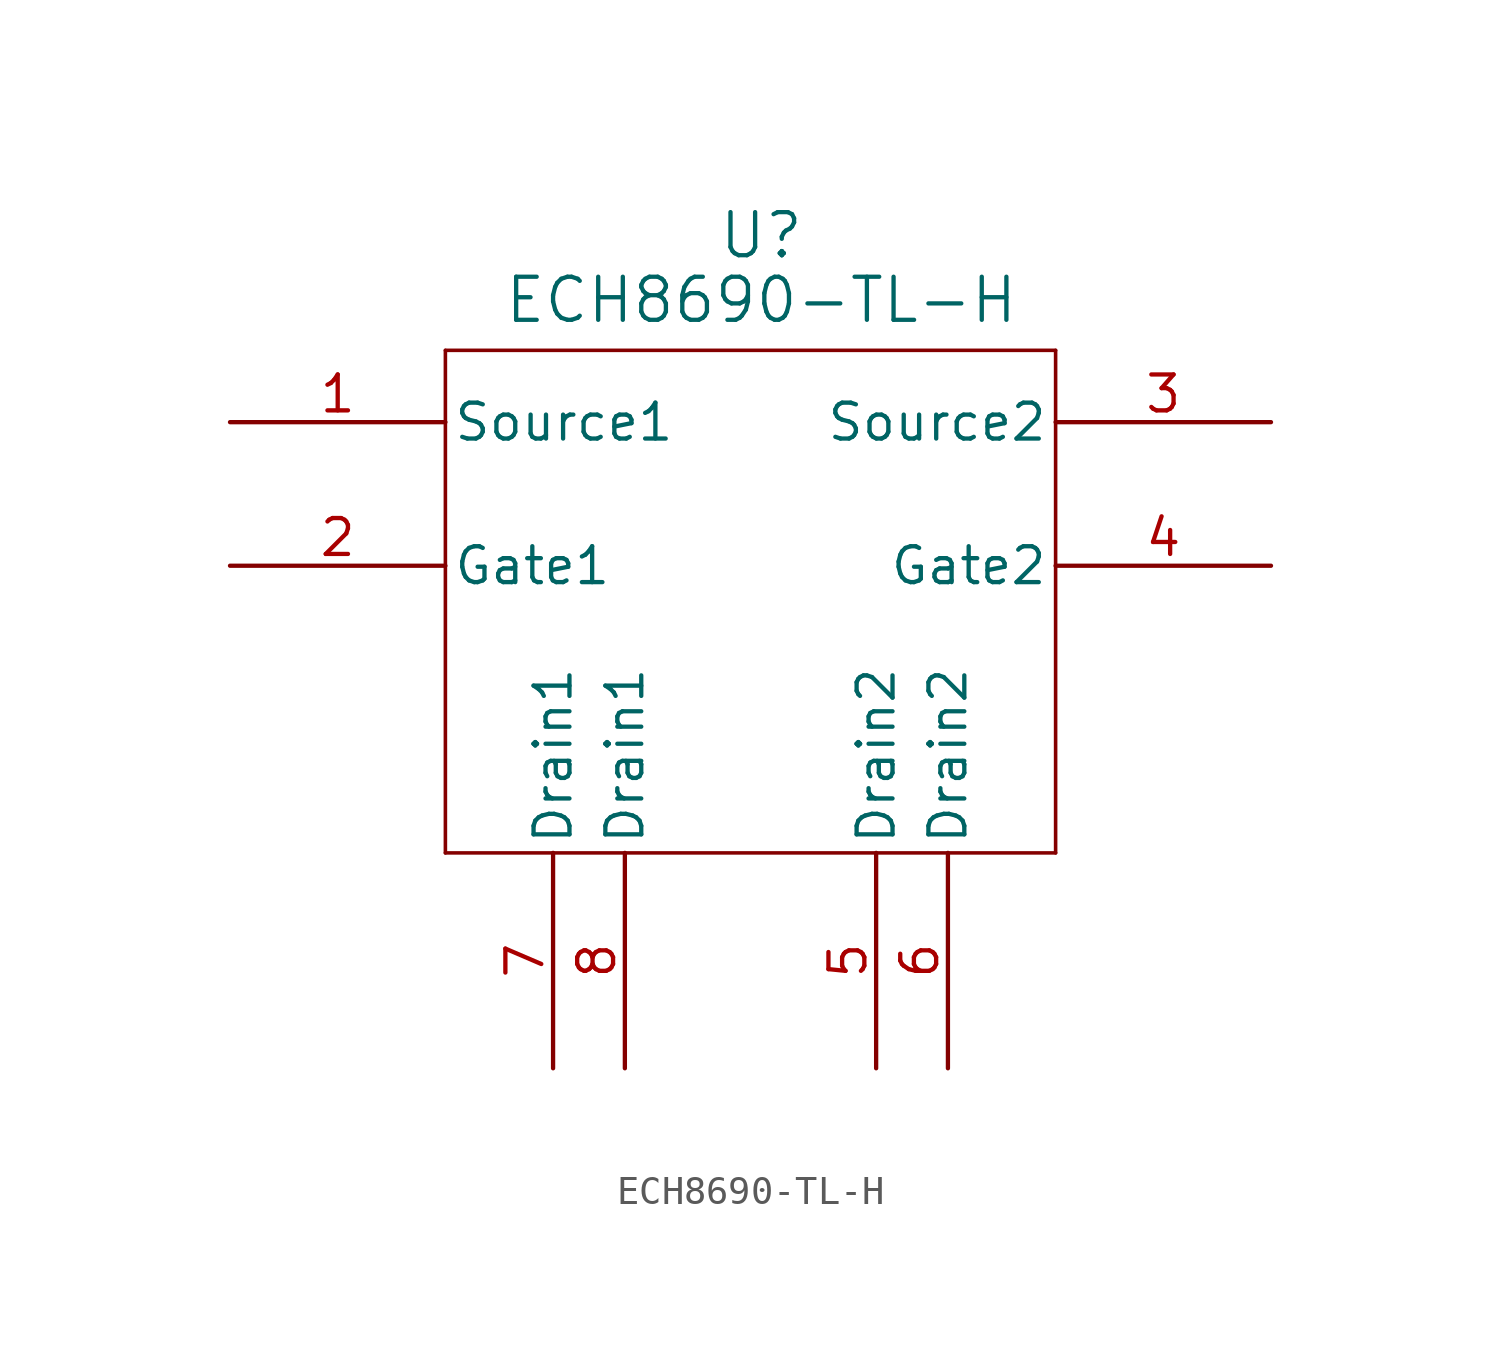
<source format=kicad_sym>
(kicad_symbol_lib
  (version 20241209)
  (generator "kicad_symbol_editor")
  (generator_version "9.0")
  (symbol "ECH8690-TL-H"
    (pin_names
      (offset 0.254))
    (property "Reference" "U"
      (at 32.766 9.144 0)
      (effects (font (size 1.524 1.524))))
    (property "Value" "ECH8690-TL-H"
      (at 32.766 6.858 0)
      (effects (font (size 1.524 1.524))))
    (property "ki_locked" ""
      (at 0 0 0)
      (effects (font (size 1.27 1.27))))
    (symbol "ECH8690-TL-H_0_1"
      (polyline (pts (xy 21.59 5.08) (xy 21.59 -12.7)) (stroke (width 0.127) (type default)) (fill (type none)))
      (polyline (pts (xy 21.59 -12.7) (xy 43.18 -12.7)) (stroke (width 0.127) (type default)) (fill (type none)))
      (polyline (pts (xy 43.18 5.08) (xy 21.59 5.08)) (stroke (width 0.127) (type default)) (fill (type none)))
      (polyline (pts (xy 43.18 -12.7) (xy 43.18 5.08)) (stroke (width 0.127) (type default)) (fill (type none)))
      (pin bidirectional line (at 13.97 2.54 0) (length 7.62) (name "Source1" (effects (font (size 1.27 1.27)))) (number "1" (effects (font (size 1.27 1.27)))))
      (pin bidirectional line (at 13.97 -2.54 0) (length 7.62) (name "Gate1" (effects (font (size 1.27 1.27)))) (number "2" (effects (font (size 1.27 1.27)))))
      (pin input line (at 25.4 -20.32 90) (length 7.62) (name "Drain1" (effects (font (size 1.27 1.27)))) (number "7" (effects (font (size 1.27 1.27)))))
      (pin input line (at 27.94 -20.32 90) (length 7.62) (name "Drain1" (effects (font (size 1.27 1.27)))) (number "8" (effects (font (size 1.27 1.27)))))
      (pin input line (at 36.83 -20.32 90) (length 7.62) (name "Drain2" (effects (font (size 1.27 1.27)))) (number "5" (effects (font (size 1.27 1.27)))))
      (pin input line (at 39.37 -20.32 90) (length 7.62) (name "Drain2" (effects (font (size 1.27 1.27)))) (number "6" (effects (font (size 1.27 1.27)))))
      (pin unspecified line (at 50.8 2.54 180) (length 7.62) (name "Source2" (effects (font (size 1.27 1.27)))) (number "3" (effects (font (size 1.27 1.27)))))
      (pin bidirectional line (at 50.8 -2.54 180) (length 7.62) (name "Gate2" (effects (font (size 1.27 1.27)))) (number "4" (effects (font (size 1.27 1.27))))))))
</source>
